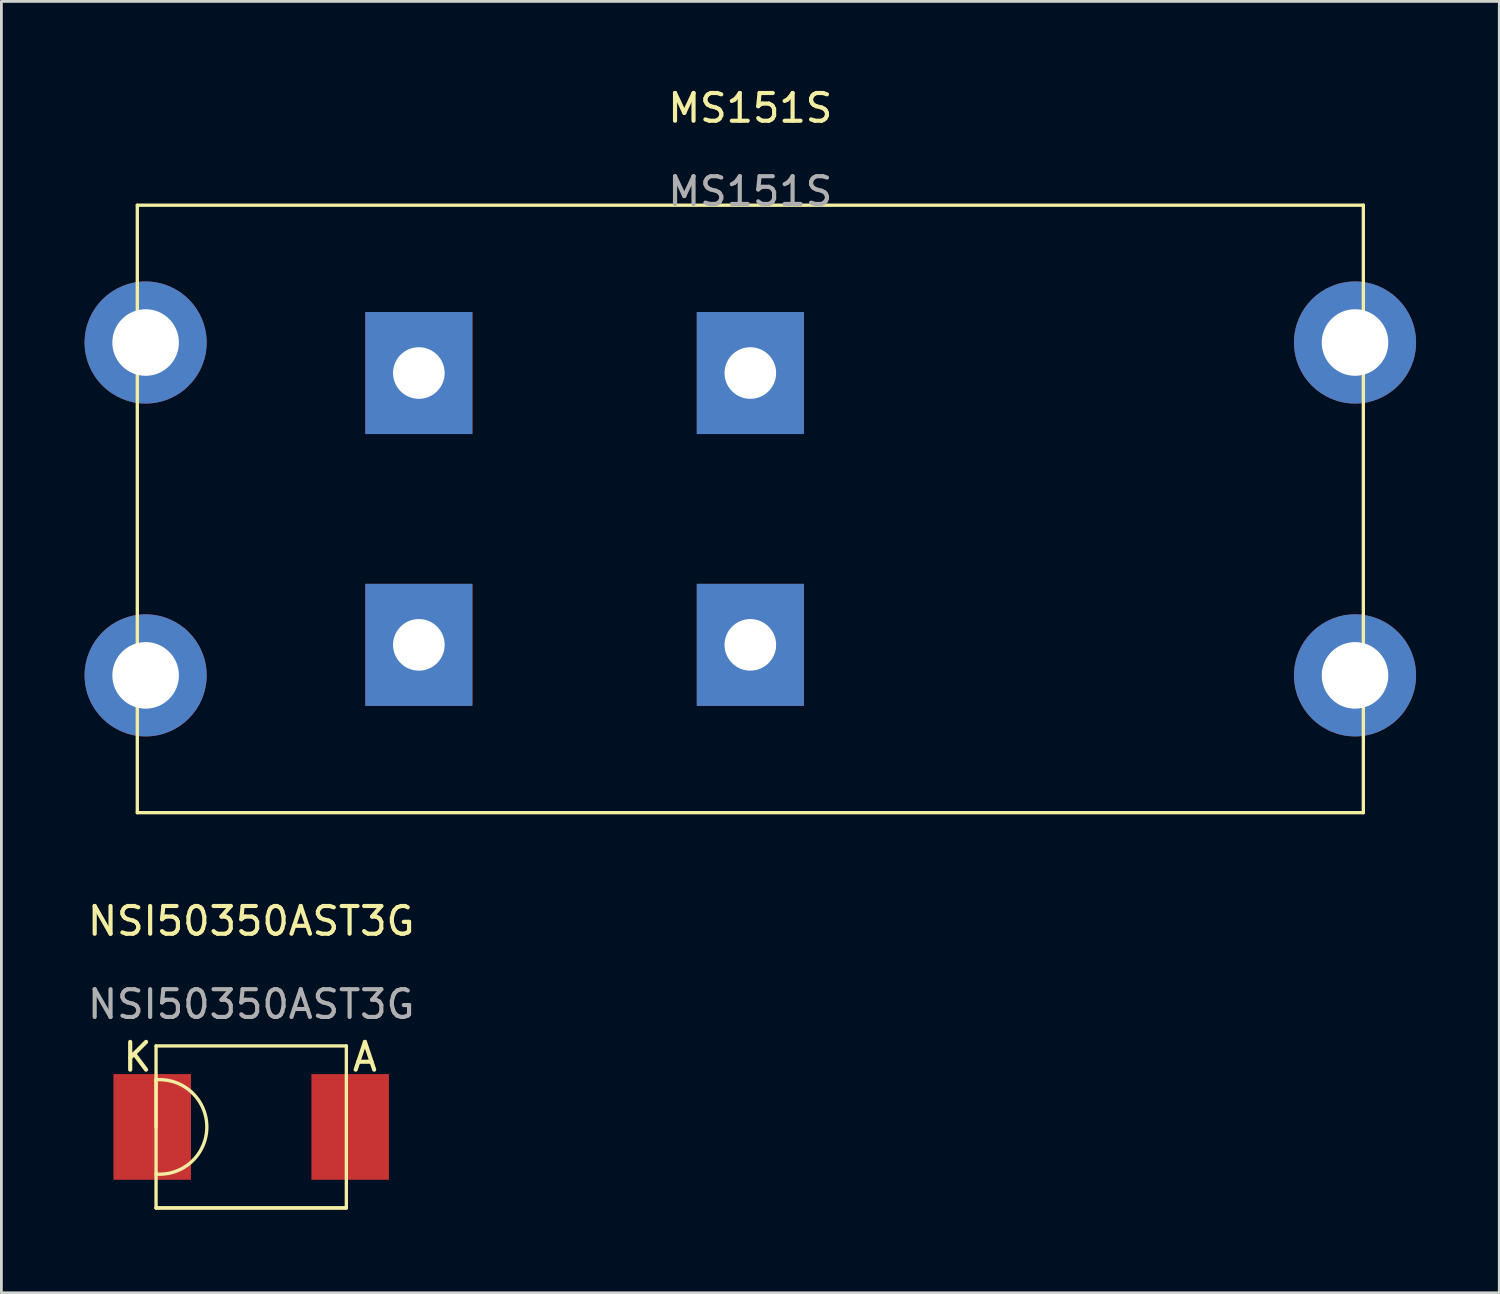
<source format=kicad_pcb>
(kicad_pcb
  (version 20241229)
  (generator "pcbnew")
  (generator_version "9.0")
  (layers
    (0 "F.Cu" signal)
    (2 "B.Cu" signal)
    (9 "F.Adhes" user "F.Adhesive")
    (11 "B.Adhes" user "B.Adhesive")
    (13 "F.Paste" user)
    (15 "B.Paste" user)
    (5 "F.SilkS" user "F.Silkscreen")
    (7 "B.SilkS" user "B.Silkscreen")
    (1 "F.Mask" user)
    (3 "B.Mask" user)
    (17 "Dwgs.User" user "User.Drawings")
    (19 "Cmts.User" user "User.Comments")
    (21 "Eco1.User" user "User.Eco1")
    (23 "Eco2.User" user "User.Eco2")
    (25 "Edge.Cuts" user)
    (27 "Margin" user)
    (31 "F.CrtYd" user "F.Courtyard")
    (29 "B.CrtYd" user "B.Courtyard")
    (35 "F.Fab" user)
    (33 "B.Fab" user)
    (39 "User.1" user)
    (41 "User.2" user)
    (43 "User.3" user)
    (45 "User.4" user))
  (footprint "NSI50350AST3G"
    (layer "F.Cu")
    (at 6.006 30.657)
    (property "Reference" "NSI50350AST3G" (at 0 -0.5 0) (unlocked yes) (layer "F.SilkS") (effects (font (size 1 1) (thickness 0.15))))
    (attr smd)
    (fp_line (start -3.43 4) (end 3.43 4) (stroke (width 0.12) (type solid)) (layer "F.SilkS"))
    (fp_line (start -3.43 6.92) (end -3.43 5.22) (stroke (width 0.12) (type solid)) (layer "F.SilkS"))
    (fp_line (start -3.43 9.84) (end -3.43 4) (stroke (width 0.12) (type solid)) (layer "F.SilkS"))
    (fp_line (start -3.43 9.84) (end 3.43 9.84) (stroke (width 0.12) (type solid)) (layer "F.SilkS"))
    (fp_line (start 3.43 4) (end 3.43 9.84) (stroke (width 0.12) (type solid)) (layer "F.SilkS"))
    (fp_line (start 3.43 9.84) (end -3.43 9.84) (stroke (width 0.12) (type solid)) (layer "F.SilkS"))
    (fp_arc (start -3.43 5.22) (mid -1.598931 6.92) (end -3.43 8.62) (stroke (width 0.12) (type solid)) (layer "F.SilkS"))
    (fp_text user "K" (at -4.1 4.4 0) (unlocked yes) (layer "F.SilkS") (effects (font (size 1 1) (thickness 0.15))))
    (fp_text user "A" (at 4.1 4.4 0) (unlocked yes) (layer "F.SilkS") (effects (font (size 1 1) (thickness 0.15))))
    (fp_text user "${REFERENCE}" (at 0 2.5 0) (unlocked yes) (layer "F.Fab") (effects (font (size 1 1) (thickness 0.15))))
    (pad "1" smd rect (at -3.568 6.92) (size 2.794 3.81) (layers "F.Cu" "F.Mask" "F.Paste"))
    (pad "2" smd rect (at 3.568 6.92) (size 2.794 3.81) (layers "F.Cu" "F.Mask" "F.Paste")))
  (footprint "MS151S"
    (layer "F.Cu")
    (at 24 1.348)
    (property "Reference" "MS151S" (at 0 -0.5 0) (unlocked yes) (layer "F.SilkS") (effects (font (size 1 1) (thickness 0.15))))
    (attr through_hole)
    (fp_line (start -22.1 3) (end -22.1 24.9) (stroke (width 0.12) (type solid)) (layer "F.SilkS"))
    (fp_line (start -22.1 3) (end 22.1 3) (stroke (width 0.12) (type solid)) (layer "F.SilkS"))
    (fp_line (start -22.1 24.9) (end 22.1 24.9) (stroke (width 0.12) (type solid)) (layer "F.SilkS"))
    (fp_line (start 22.1 3) (end 22.1 24.9) (stroke (width 0.12) (type solid)) (layer "F.SilkS"))
    (fp_text user "${REFERENCE}" (at 0 2.5 0) (unlocked yes) (layer "F.Fab") (effects (font (size 1 1) (thickness 0.15))))
    (pad "" thru_hole circle (at -21.8 7.95) (size 4.4 4.4) (drill 2.4) (layers "*.Cu" "*.Mask"))
    (pad "" thru_hole circle (at -21.8 19.95) (size 4.4 4.4) (drill 2.4) (layers "*.Cu" "*.Mask"))
    (pad "" thru_hole circle (at 21.8 7.95) (size 4.4 4.4) (drill 2.4) (layers "*.Cu" "*.Mask"))
    (pad "" thru_hole circle (at 21.8 19.95) (size 4.4 4.4) (drill 2.4) (layers "*.Cu" "*.Mask"))
    (pad "1" thru_hole rect (at -11.95 9.05) (size 3.86 4.4) (drill 1.86) (layers "*.Cu" "*.Mask"))
    (pad "2" thru_hole rect (at 0 9.05) (size 3.86 4.4) (drill 1.86) (layers "*.Cu" "*.Mask"))
    (pad "3" thru_hole rect (at -11.95 18.85) (size 3.86 4.4) (drill 1.86) (layers "*.Cu" "*.Mask"))
    (pad "4" thru_hole rect (at 0 18.85) (size 3.86 4.4) (drill 1.86) (layers "*.Cu" "*.Mask")))
  (gr_rect
    (start -3 -3)
    (end 51 43.556)
    (stroke (width 0.1) (type default))
    (fill no)
    (layer "Edge.Cuts")))
</source>
